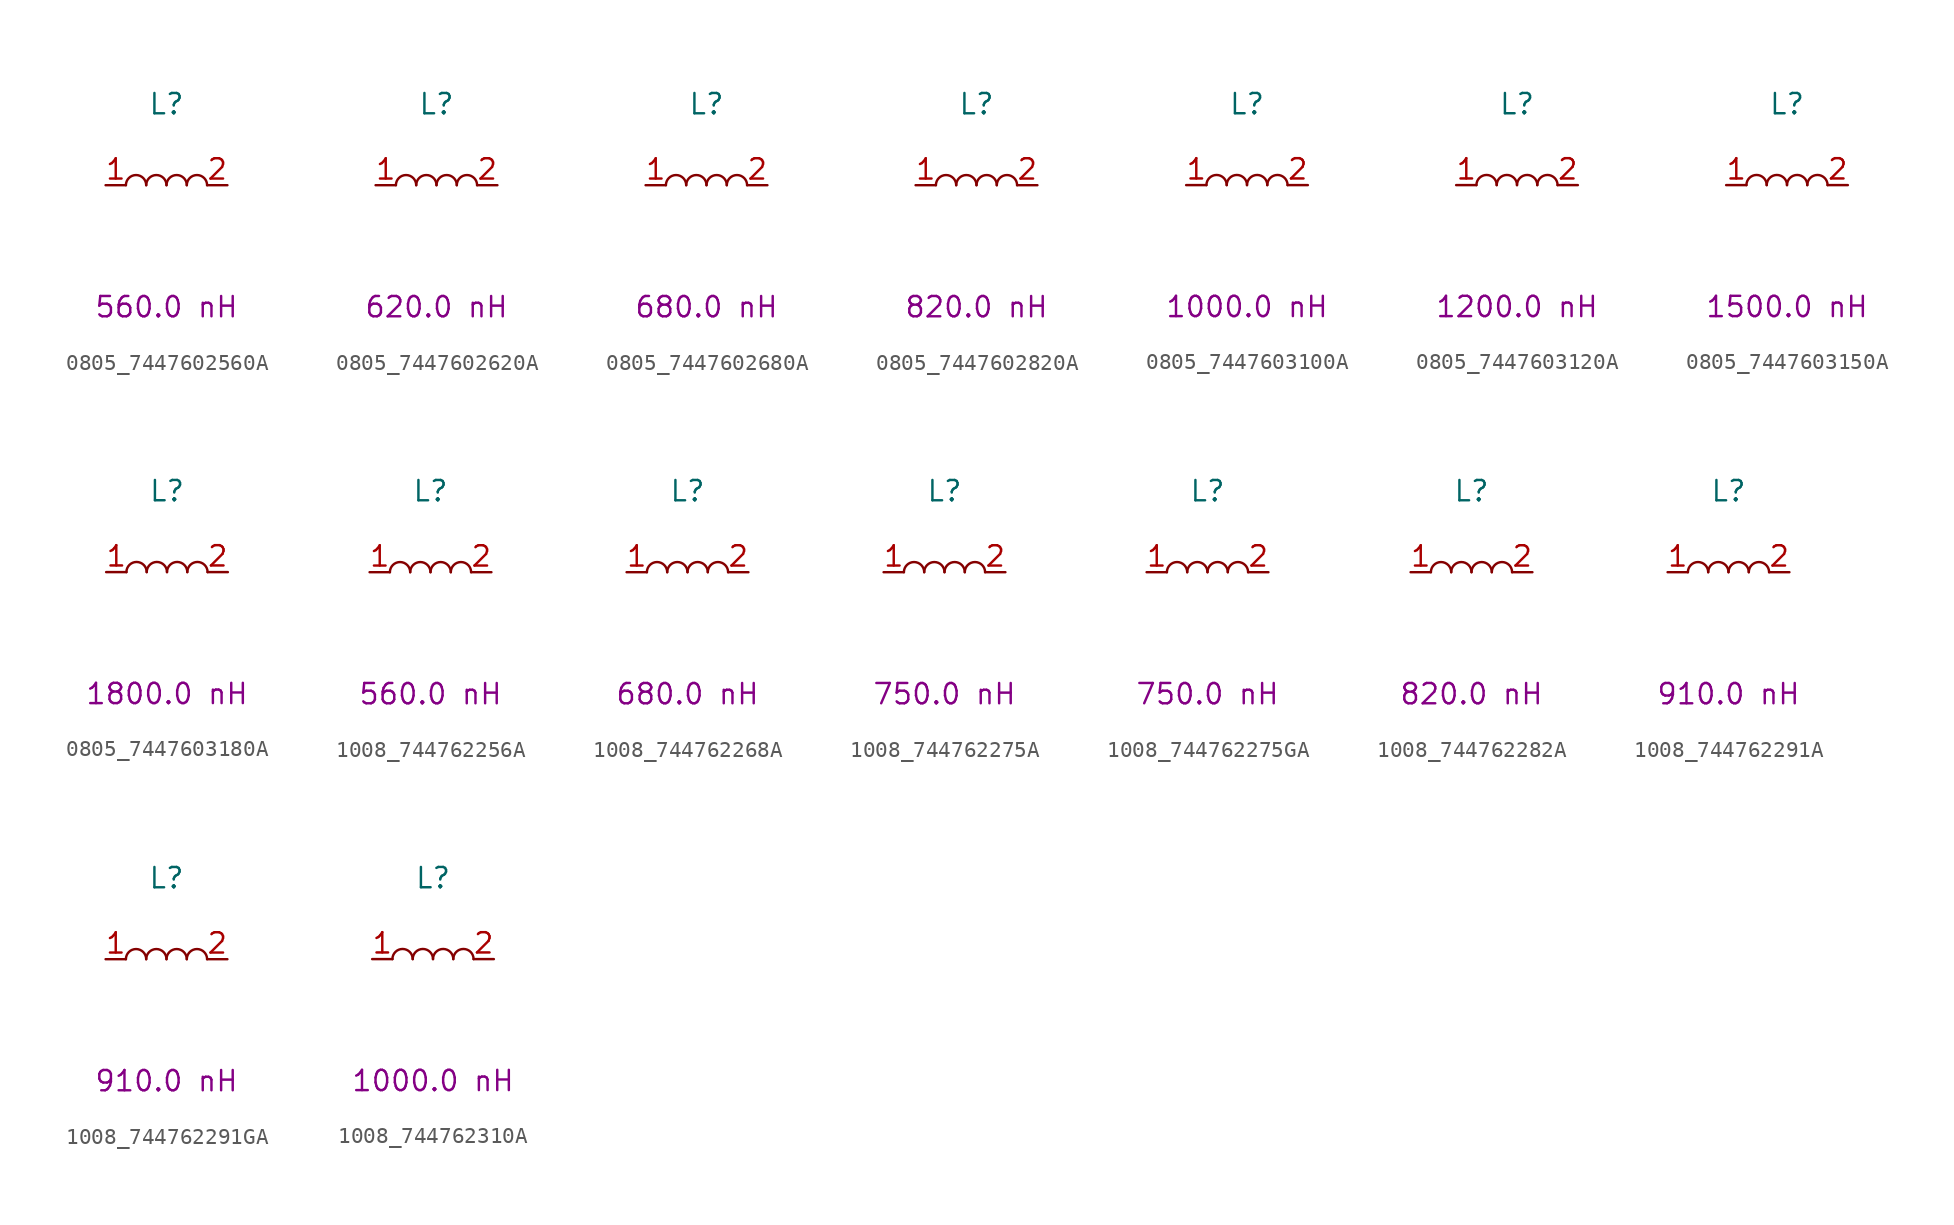
<source format=kicad_sym>
(kicad_symbol_lib
  (version 20220914)
  (generator kicad_symbol_editor)
  (symbol "0805_7447602560A"
    (pin_names hide)
    (property "Reference" "L"
      (at 0 5.08 0)
      (effects (font (size 1.27 1.27))))
    (property "Critical Parameter" "560.0 nH"
      (at 0 -7.62 0)
      (effects (font (size 1.27 1.27))))
    (symbol "0805_7447602560A_0_1"
      (arc (start -1.27 0) (mid -1.905 0.6323) (end -2.54 0) (stroke (width 0) (type default)) (fill (type none)))
      (arc (start 0 0) (mid -0.635 0.6323) (end -1.27 0) (stroke (width 0) (type default)) (fill (type none)))
      (arc (start 1.27 0) (mid 0.635 0.6323) (end 0 0) (stroke (width 0) (type default)) (fill (type none)))
      (arc (start 2.54 0) (mid 1.905 0.6323) (end 1.27 0) (stroke (width 0) (type default)) (fill (type none))))
    (symbol "0805_7447602560A_1_1"
      (pin passive line (at -3.81 0 0) (length 1.27) (name "1" (effects (font (size 1.27 1.27)))) (number "1" (effects (font (size 1.27 1.27)))))
      (pin passive line (at 3.81 0 180) (length 1.27) (name "2" (effects (font (size 1.27 1.27)))) (number "2" (effects (font (size 1.27 1.27)))))))
  (symbol "0805_7447602620A"
    (pin_names hide)
    (property "Reference" "L"
      (at 0 5.08 0)
      (effects (font (size 1.27 1.27))))
    (property "Critical Parameter" "620.0 nH"
      (at 0 -7.62 0)
      (effects (font (size 1.27 1.27))))
    (symbol "0805_7447602620A_0_1"
      (arc (start -1.27 0) (mid -1.905 0.6323) (end -2.54 0) (stroke (width 0) (type default)) (fill (type none)))
      (arc (start 0 0) (mid -0.635 0.6323) (end -1.27 0) (stroke (width 0) (type default)) (fill (type none)))
      (arc (start 1.27 0) (mid 0.635 0.6323) (end 0 0) (stroke (width 0) (type default)) (fill (type none)))
      (arc (start 2.54 0) (mid 1.905 0.6323) (end 1.27 0) (stroke (width 0) (type default)) (fill (type none))))
    (symbol "0805_7447602620A_1_1"
      (pin passive line (at -3.81 0 0) (length 1.27) (name "1" (effects (font (size 1.27 1.27)))) (number "1" (effects (font (size 1.27 1.27)))))
      (pin passive line (at 3.81 0 180) (length 1.27) (name "2" (effects (font (size 1.27 1.27)))) (number "2" (effects (font (size 1.27 1.27)))))))
  (symbol "0805_7447602680A"
    (pin_names hide)
    (property "Reference" "L"
      (at 0 5.08 0)
      (effects (font (size 1.27 1.27))))
    (property "Critical Parameter" "680.0 nH"
      (at 0 -7.62 0)
      (effects (font (size 1.27 1.27))))
    (symbol "0805_7447602680A_0_1"
      (arc (start -1.27 0) (mid -1.905 0.6323) (end -2.54 0) (stroke (width 0) (type default)) (fill (type none)))
      (arc (start 0 0) (mid -0.635 0.6323) (end -1.27 0) (stroke (width 0) (type default)) (fill (type none)))
      (arc (start 1.27 0) (mid 0.635 0.6323) (end 0 0) (stroke (width 0) (type default)) (fill (type none)))
      (arc (start 2.54 0) (mid 1.905 0.6323) (end 1.27 0) (stroke (width 0) (type default)) (fill (type none))))
    (symbol "0805_7447602680A_1_1"
      (pin passive line (at -3.81 0 0) (length 1.27) (name "1" (effects (font (size 1.27 1.27)))) (number "1" (effects (font (size 1.27 1.27)))))
      (pin passive line (at 3.81 0 180) (length 1.27) (name "2" (effects (font (size 1.27 1.27)))) (number "2" (effects (font (size 1.27 1.27)))))))
  (symbol "0805_7447602820A"
    (pin_names hide)
    (property "Reference" "L"
      (at 0 5.08 0)
      (effects (font (size 1.27 1.27))))
    (property "Critical Parameter" "820.0 nH"
      (at 0 -7.62 0)
      (effects (font (size 1.27 1.27))))
    (symbol "0805_7447602820A_0_1"
      (arc (start -1.27 0) (mid -1.905 0.6323) (end -2.54 0) (stroke (width 0) (type default)) (fill (type none)))
      (arc (start 0 0) (mid -0.635 0.6323) (end -1.27 0) (stroke (width 0) (type default)) (fill (type none)))
      (arc (start 1.27 0) (mid 0.635 0.6323) (end 0 0) (stroke (width 0) (type default)) (fill (type none)))
      (arc (start 2.54 0) (mid 1.905 0.6323) (end 1.27 0) (stroke (width 0) (type default)) (fill (type none))))
    (symbol "0805_7447602820A_1_1"
      (pin passive line (at -3.81 0 0) (length 1.27) (name "1" (effects (font (size 1.27 1.27)))) (number "1" (effects (font (size 1.27 1.27)))))
      (pin passive line (at 3.81 0 180) (length 1.27) (name "2" (effects (font (size 1.27 1.27)))) (number "2" (effects (font (size 1.27 1.27)))))))
  (symbol "0805_7447603100A"
    (pin_names hide)
    (property "Reference" "L"
      (at 0 5.08 0)
      (effects (font (size 1.27 1.27))))
    (property "Critical Parameter" "1000.0 nH"
      (at 0 -7.62 0)
      (effects (font (size 1.27 1.27))))
    (symbol "0805_7447603100A_0_1"
      (arc (start -1.27 0) (mid -1.905 0.6323) (end -2.54 0) (stroke (width 0) (type default)) (fill (type none)))
      (arc (start 0 0) (mid -0.635 0.6323) (end -1.27 0) (stroke (width 0) (type default)) (fill (type none)))
      (arc (start 1.27 0) (mid 0.635 0.6323) (end 0 0) (stroke (width 0) (type default)) (fill (type none)))
      (arc (start 2.54 0) (mid 1.905 0.6323) (end 1.27 0) (stroke (width 0) (type default)) (fill (type none))))
    (symbol "0805_7447603100A_1_1"
      (pin passive line (at -3.81 0 0) (length 1.27) (name "1" (effects (font (size 1.27 1.27)))) (number "1" (effects (font (size 1.27 1.27)))))
      (pin passive line (at 3.81 0 180) (length 1.27) (name "2" (effects (font (size 1.27 1.27)))) (number "2" (effects (font (size 1.27 1.27)))))))
  (symbol "0805_7447603120A"
    (pin_names hide)
    (property "Reference" "L"
      (at 0 5.08 0)
      (effects (font (size 1.27 1.27))))
    (property "Critical Parameter" "1200.0 nH"
      (at 0 -7.62 0)
      (effects (font (size 1.27 1.27))))
    (symbol "0805_7447603120A_0_1"
      (arc (start -1.27 0) (mid -1.905 0.6323) (end -2.54 0) (stroke (width 0) (type default)) (fill (type none)))
      (arc (start 0 0) (mid -0.635 0.6323) (end -1.27 0) (stroke (width 0) (type default)) (fill (type none)))
      (arc (start 1.27 0) (mid 0.635 0.6323) (end 0 0) (stroke (width 0) (type default)) (fill (type none)))
      (arc (start 2.54 0) (mid 1.905 0.6323) (end 1.27 0) (stroke (width 0) (type default)) (fill (type none))))
    (symbol "0805_7447603120A_1_1"
      (pin passive line (at -3.81 0 0) (length 1.27) (name "1" (effects (font (size 1.27 1.27)))) (number "1" (effects (font (size 1.27 1.27)))))
      (pin passive line (at 3.81 0 180) (length 1.27) (name "2" (effects (font (size 1.27 1.27)))) (number "2" (effects (font (size 1.27 1.27)))))))
  (symbol "0805_7447603150A"
    (pin_names hide)
    (property "Reference" "L"
      (at 0 5.08 0)
      (effects (font (size 1.27 1.27))))
    (property "Critical Parameter" "1500.0 nH"
      (at 0 -7.62 0)
      (effects (font (size 1.27 1.27))))
    (symbol "0805_7447603150A_0_1"
      (arc (start -1.27 0) (mid -1.905 0.6323) (end -2.54 0) (stroke (width 0) (type default)) (fill (type none)))
      (arc (start 0 0) (mid -0.635 0.6323) (end -1.27 0) (stroke (width 0) (type default)) (fill (type none)))
      (arc (start 1.27 0) (mid 0.635 0.6323) (end 0 0) (stroke (width 0) (type default)) (fill (type none)))
      (arc (start 2.54 0) (mid 1.905 0.6323) (end 1.27 0) (stroke (width 0) (type default)) (fill (type none))))
    (symbol "0805_7447603150A_1_1"
      (pin passive line (at -3.81 0 0) (length 1.27) (name "1" (effects (font (size 1.27 1.27)))) (number "1" (effects (font (size 1.27 1.27)))))
      (pin passive line (at 3.81 0 180) (length 1.27) (name "2" (effects (font (size 1.27 1.27)))) (number "2" (effects (font (size 1.27 1.27)))))))
  (symbol "0805_7447603180A"
    (pin_names hide)
    (property "Reference" "L"
      (at 0 5.08 0)
      (effects (font (size 1.27 1.27))))
    (property "Critical Parameter" "1800.0 nH"
      (at 0 -7.62 0)
      (effects (font (size 1.27 1.27))))
    (symbol "0805_7447603180A_0_1"
      (arc (start -1.27 0) (mid -1.905 0.6323) (end -2.54 0) (stroke (width 0) (type default)) (fill (type none)))
      (arc (start 0 0) (mid -0.635 0.6323) (end -1.27 0) (stroke (width 0) (type default)) (fill (type none)))
      (arc (start 1.27 0) (mid 0.635 0.6323) (end 0 0) (stroke (width 0) (type default)) (fill (type none)))
      (arc (start 2.54 0) (mid 1.905 0.6323) (end 1.27 0) (stroke (width 0) (type default)) (fill (type none))))
    (symbol "0805_7447603180A_1_1"
      (pin passive line (at -3.81 0 0) (length 1.27) (name "1" (effects (font (size 1.27 1.27)))) (number "1" (effects (font (size 1.27 1.27)))))
      (pin passive line (at 3.81 0 180) (length 1.27) (name "2" (effects (font (size 1.27 1.27)))) (number "2" (effects (font (size 1.27 1.27)))))))
  (symbol "1008_744762256A"
    (pin_names hide)
    (property "Reference" "L"
      (at 0 5.08 0)
      (effects (font (size 1.27 1.27))))
    (property "Critical Parameter" "560.0 nH"
      (at 0 -7.62 0)
      (effects (font (size 1.27 1.27))))
    (symbol "1008_744762256A_0_1"
      (arc (start -1.27 0) (mid -1.905 0.6323) (end -2.54 0) (stroke (width 0) (type default)) (fill (type none)))
      (arc (start 0 0) (mid -0.635 0.6323) (end -1.27 0) (stroke (width 0) (type default)) (fill (type none)))
      (arc (start 1.27 0) (mid 0.635 0.6323) (end 0 0) (stroke (width 0) (type default)) (fill (type none)))
      (arc (start 2.54 0) (mid 1.905 0.6323) (end 1.27 0) (stroke (width 0) (type default)) (fill (type none))))
    (symbol "1008_744762256A_1_1"
      (pin passive line (at -3.81 0 0) (length 1.27) (name "1" (effects (font (size 1.27 1.27)))) (number "1" (effects (font (size 1.27 1.27)))))
      (pin passive line (at 3.81 0 180) (length 1.27) (name "2" (effects (font (size 1.27 1.27)))) (number "2" (effects (font (size 1.27 1.27)))))))
  (symbol "1008_744762268A"
    (pin_names hide)
    (property "Reference" "L"
      (at 0 5.08 0)
      (effects (font (size 1.27 1.27))))
    (property "Critical Parameter" "680.0 nH"
      (at 0 -7.62 0)
      (effects (font (size 1.27 1.27))))
    (symbol "1008_744762268A_0_1"
      (arc (start -1.27 0) (mid -1.905 0.6323) (end -2.54 0) (stroke (width 0) (type default)) (fill (type none)))
      (arc (start 0 0) (mid -0.635 0.6323) (end -1.27 0) (stroke (width 0) (type default)) (fill (type none)))
      (arc (start 1.27 0) (mid 0.635 0.6323) (end 0 0) (stroke (width 0) (type default)) (fill (type none)))
      (arc (start 2.54 0) (mid 1.905 0.6323) (end 1.27 0) (stroke (width 0) (type default)) (fill (type none))))
    (symbol "1008_744762268A_1_1"
      (pin passive line (at -3.81 0 0) (length 1.27) (name "1" (effects (font (size 1.27 1.27)))) (number "1" (effects (font (size 1.27 1.27)))))
      (pin passive line (at 3.81 0 180) (length 1.27) (name "2" (effects (font (size 1.27 1.27)))) (number "2" (effects (font (size 1.27 1.27)))))))
  (symbol "1008_744762275A"
    (pin_names hide)
    (property "Reference" "L"
      (at 0 5.08 0)
      (effects (font (size 1.27 1.27))))
    (property "Critical Parameter" "750.0 nH"
      (at 0 -7.62 0)
      (effects (font (size 1.27 1.27))))
    (symbol "1008_744762275A_0_1"
      (arc (start -1.27 0) (mid -1.905 0.6323) (end -2.54 0) (stroke (width 0) (type default)) (fill (type none)))
      (arc (start 0 0) (mid -0.635 0.6323) (end -1.27 0) (stroke (width 0) (type default)) (fill (type none)))
      (arc (start 1.27 0) (mid 0.635 0.6323) (end 0 0) (stroke (width 0) (type default)) (fill (type none)))
      (arc (start 2.54 0) (mid 1.905 0.6323) (end 1.27 0) (stroke (width 0) (type default)) (fill (type none))))
    (symbol "1008_744762275A_1_1"
      (pin passive line (at -3.81 0 0) (length 1.27) (name "1" (effects (font (size 1.27 1.27)))) (number "1" (effects (font (size 1.27 1.27)))))
      (pin passive line (at 3.81 0 180) (length 1.27) (name "2" (effects (font (size 1.27 1.27)))) (number "2" (effects (font (size 1.27 1.27)))))))
  (symbol "1008_744762275GA"
    (pin_names hide)
    (property "Reference" "L"
      (at 0 5.08 0)
      (effects (font (size 1.27 1.27))))
    (property "Critical Parameter" "750.0 nH"
      (at 0 -7.62 0)
      (effects (font (size 1.27 1.27))))
    (symbol "1008_744762275GA_0_1"
      (arc (start -1.27 0) (mid -1.905 0.6323) (end -2.54 0) (stroke (width 0) (type default)) (fill (type none)))
      (arc (start 0 0) (mid -0.635 0.6323) (end -1.27 0) (stroke (width 0) (type default)) (fill (type none)))
      (arc (start 1.27 0) (mid 0.635 0.6323) (end 0 0) (stroke (width 0) (type default)) (fill (type none)))
      (arc (start 2.54 0) (mid 1.905 0.6323) (end 1.27 0) (stroke (width 0) (type default)) (fill (type none))))
    (symbol "1008_744762275GA_1_1"
      (pin passive line (at -3.81 0 0) (length 1.27) (name "1" (effects (font (size 1.27 1.27)))) (number "1" (effects (font (size 1.27 1.27)))))
      (pin passive line (at 3.81 0 180) (length 1.27) (name "2" (effects (font (size 1.27 1.27)))) (number "2" (effects (font (size 1.27 1.27)))))))
  (symbol "1008_744762282A"
    (pin_names hide)
    (property "Reference" "L"
      (at 0 5.08 0)
      (effects (font (size 1.27 1.27))))
    (property "Critical Parameter" "820.0 nH"
      (at 0 -7.62 0)
      (effects (font (size 1.27 1.27))))
    (symbol "1008_744762282A_0_1"
      (arc (start -1.27 0) (mid -1.905 0.6323) (end -2.54 0) (stroke (width 0) (type default)) (fill (type none)))
      (arc (start 0 0) (mid -0.635 0.6323) (end -1.27 0) (stroke (width 0) (type default)) (fill (type none)))
      (arc (start 1.27 0) (mid 0.635 0.6323) (end 0 0) (stroke (width 0) (type default)) (fill (type none)))
      (arc (start 2.54 0) (mid 1.905 0.6323) (end 1.27 0) (stroke (width 0) (type default)) (fill (type none))))
    (symbol "1008_744762282A_1_1"
      (pin passive line (at -3.81 0 0) (length 1.27) (name "1" (effects (font (size 1.27 1.27)))) (number "1" (effects (font (size 1.27 1.27)))))
      (pin passive line (at 3.81 0 180) (length 1.27) (name "2" (effects (font (size 1.27 1.27)))) (number "2" (effects (font (size 1.27 1.27)))))))
  (symbol "1008_744762291A"
    (pin_names hide)
    (property "Reference" "L"
      (at 0 5.08 0)
      (effects (font (size 1.27 1.27))))
    (property "Critical Parameter" "910.0 nH"
      (at 0 -7.62 0)
      (effects (font (size 1.27 1.27))))
    (symbol "1008_744762291A_0_1"
      (arc (start -1.27 0) (mid -1.905 0.6323) (end -2.54 0) (stroke (width 0) (type default)) (fill (type none)))
      (arc (start 0 0) (mid -0.635 0.6323) (end -1.27 0) (stroke (width 0) (type default)) (fill (type none)))
      (arc (start 1.27 0) (mid 0.635 0.6323) (end 0 0) (stroke (width 0) (type default)) (fill (type none)))
      (arc (start 2.54 0) (mid 1.905 0.6323) (end 1.27 0) (stroke (width 0) (type default)) (fill (type none))))
    (symbol "1008_744762291A_1_1"
      (pin passive line (at -3.81 0 0) (length 1.27) (name "1" (effects (font (size 1.27 1.27)))) (number "1" (effects (font (size 1.27 1.27)))))
      (pin passive line (at 3.81 0 180) (length 1.27) (name "2" (effects (font (size 1.27 1.27)))) (number "2" (effects (font (size 1.27 1.27)))))))
  (symbol "1008_744762291GA"
    (pin_names hide)
    (property "Reference" "L"
      (at 0 5.08 0)
      (effects (font (size 1.27 1.27))))
    (property "Critical Parameter" "910.0 nH"
      (at 0 -7.62 0)
      (effects (font (size 1.27 1.27))))
    (symbol "1008_744762291GA_0_1"
      (arc (start -1.27 0) (mid -1.905 0.6323) (end -2.54 0) (stroke (width 0) (type default)) (fill (type none)))
      (arc (start 0 0) (mid -0.635 0.6323) (end -1.27 0) (stroke (width 0) (type default)) (fill (type none)))
      (arc (start 1.27 0) (mid 0.635 0.6323) (end 0 0) (stroke (width 0) (type default)) (fill (type none)))
      (arc (start 2.54 0) (mid 1.905 0.6323) (end 1.27 0) (stroke (width 0) (type default)) (fill (type none))))
    (symbol "1008_744762291GA_1_1"
      (pin passive line (at -3.81 0 0) (length 1.27) (name "1" (effects (font (size 1.27 1.27)))) (number "1" (effects (font (size 1.27 1.27)))))
      (pin passive line (at 3.81 0 180) (length 1.27) (name "2" (effects (font (size 1.27 1.27)))) (number "2" (effects (font (size 1.27 1.27)))))))
  (symbol "1008_744762310A"
    (pin_names hide)
    (property "Reference" "L"
      (at 0 5.08 0)
      (effects (font (size 1.27 1.27))))
    (property "Critical Parameter" "1000.0 nH"
      (at 0 -7.62 0)
      (effects (font (size 1.27 1.27))))
    (symbol "1008_744762310A_0_1"
      (arc (start -1.27 0) (mid -1.905 0.6323) (end -2.54 0) (stroke (width 0) (type default)) (fill (type none)))
      (arc (start 0 0) (mid -0.635 0.6323) (end -1.27 0) (stroke (width 0) (type default)) (fill (type none)))
      (arc (start 1.27 0) (mid 0.635 0.6323) (end 0 0) (stroke (width 0) (type default)) (fill (type none)))
      (arc (start 2.54 0) (mid 1.905 0.6323) (end 1.27 0) (stroke (width 0) (type default)) (fill (type none))))
    (symbol "1008_744762310A_1_1"
      (pin passive line (at -3.81 0 0) (length 1.27) (name "1" (effects (font (size 1.27 1.27)))) (number "1" (effects (font (size 1.27 1.27)))))
      (pin passive line (at 3.81 0 180) (length 1.27) (name "2" (effects (font (size 1.27 1.27)))) (number "2" (effects (font (size 1.27 1.27))))))))
</source>
